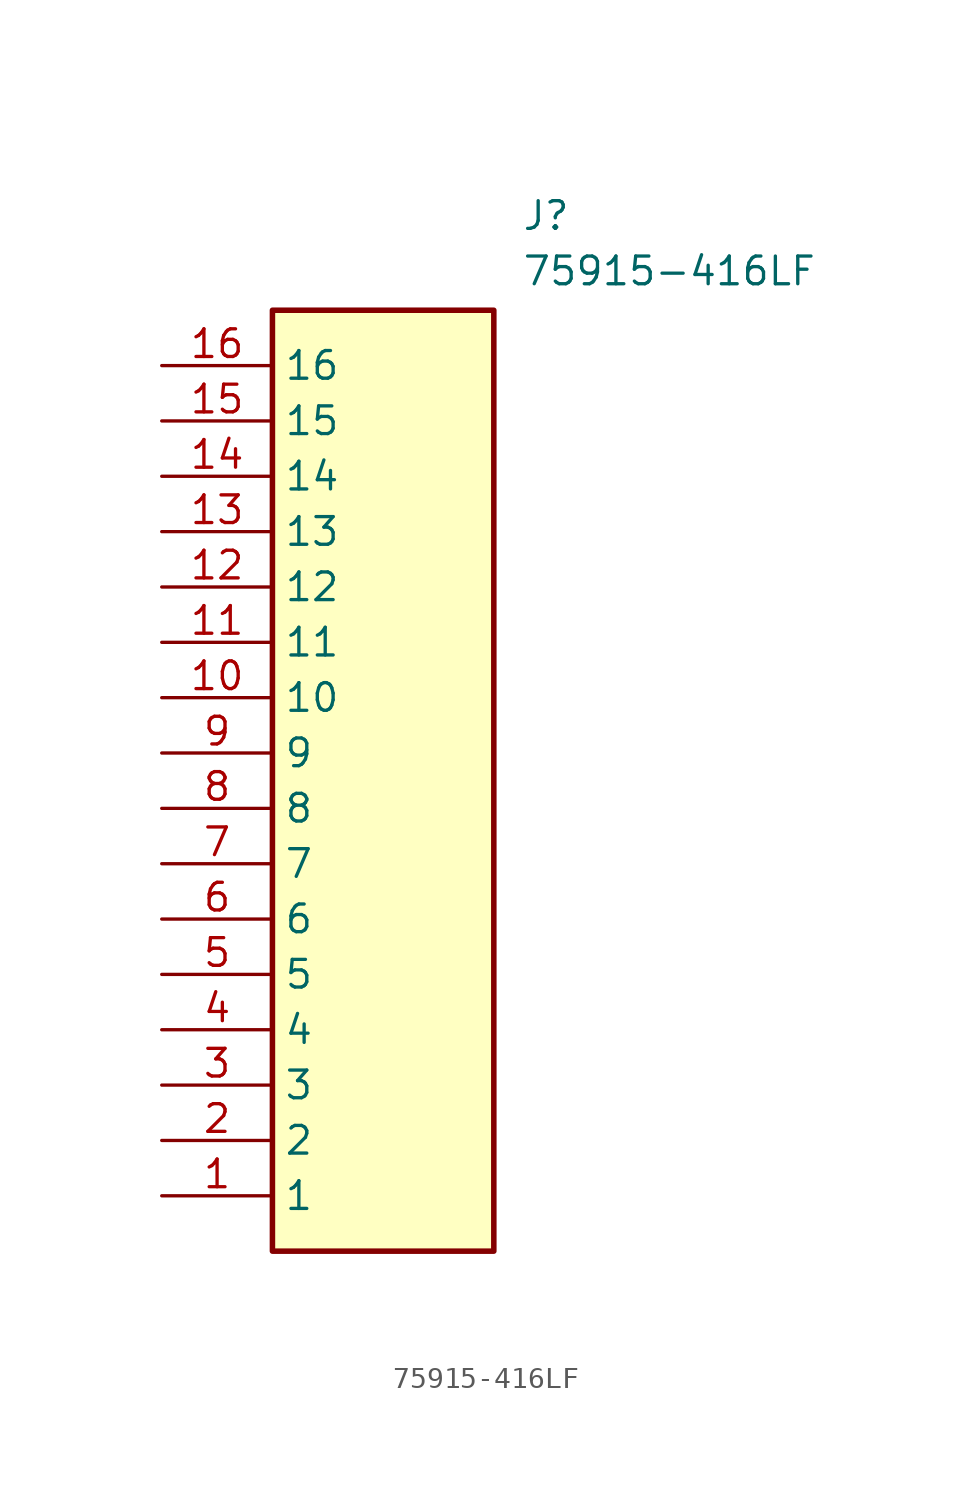
<source format=kicad_sym>
(kicad_symbol_lib
  (version 20211014)
  (generator SamacSys_ECAD_Model)
  (symbol "75915-416LF"
    (property "Reference" "J"
      (at 16.51 7.62 0)
      (effects (font (size 1.27 1.27)) (justify left top)))
    (property "Value" "75915-416LF"
      (at 16.51 5.08 0)
      (effects (font (size 1.27 1.27)) (justify left top)))
    (rectangle
      (start 5.08 2.54)
      (end 15.24 -40.64)
      (stroke (width 0.254) (type default))
      (fill (type background)))
    (pin passive line
      (at 0 -38.1 0)
      (length 5.08)
      (name "1" (effects (font (size 1.27 1.27))))
      (number "1" (effects (font (size 1.27 1.27)))))
    (pin passive line
      (at 0 -35.56 0)
      (length 5.08)
      (name "2" (effects (font (size 1.27 1.27))))
      (number "2" (effects (font (size 1.27 1.27)))))
    (pin passive line
      (at 0 -33.02 0)
      (length 5.08)
      (name "3" (effects (font (size 1.27 1.27))))
      (number "3" (effects (font (size 1.27 1.27)))))
    (pin passive line
      (at 0 -30.48 0)
      (length 5.08)
      (name "4" (effects (font (size 1.27 1.27))))
      (number "4" (effects (font (size 1.27 1.27)))))
    (pin passive line
      (at 0 -27.94 0)
      (length 5.08)
      (name "5" (effects (font (size 1.27 1.27))))
      (number "5" (effects (font (size 1.27 1.27)))))
    (pin passive line
      (at 0 -25.4 0)
      (length 5.08)
      (name "6" (effects (font (size 1.27 1.27))))
      (number "6" (effects (font (size 1.27 1.27)))))
    (pin passive line
      (at 0 -22.86 0)
      (length 5.08)
      (name "7" (effects (font (size 1.27 1.27))))
      (number "7" (effects (font (size 1.27 1.27)))))
    (pin passive line
      (at 0 -20.32 0)
      (length 5.08)
      (name "8" (effects (font (size 1.27 1.27))))
      (number "8" (effects (font (size 1.27 1.27)))))
    (pin passive line
      (at 0 -17.78 0)
      (length 5.08)
      (name "9" (effects (font (size 1.27 1.27))))
      (number "9" (effects (font (size 1.27 1.27)))))
    (pin passive line
      (at 0 -15.24 0)
      (length 5.08)
      (name "10" (effects (font (size 1.27 1.27))))
      (number "10" (effects (font (size 1.27 1.27)))))
    (pin passive line
      (at 0 -12.7 0)
      (length 5.08)
      (name "11" (effects (font (size 1.27 1.27))))
      (number "11" (effects (font (size 1.27 1.27)))))
    (pin passive line
      (at 0 -10.16 0)
      (length 5.08)
      (name "12" (effects (font (size 1.27 1.27))))
      (number "12" (effects (font (size 1.27 1.27)))))
    (pin passive line
      (at 0 -7.62 0)
      (length 5.08)
      (name "13" (effects (font (size 1.27 1.27))))
      (number "13" (effects (font (size 1.27 1.27)))))
    (pin passive line
      (at 0 -5.08 0)
      (length 5.08)
      (name "14" (effects (font (size 1.27 1.27))))
      (number "14" (effects (font (size 1.27 1.27)))))
    (pin passive line
      (at 0 -2.54 0)
      (length 5.08)
      (name "15" (effects (font (size 1.27 1.27))))
      (number "15" (effects (font (size 1.27 1.27)))))
    (pin passive line
      (at 0 0 0)
      (length 5.08)
      (name "16" (effects (font (size 1.27 1.27))))
      (number "16" (effects (font (size 1.27 1.27)))))))
</source>
